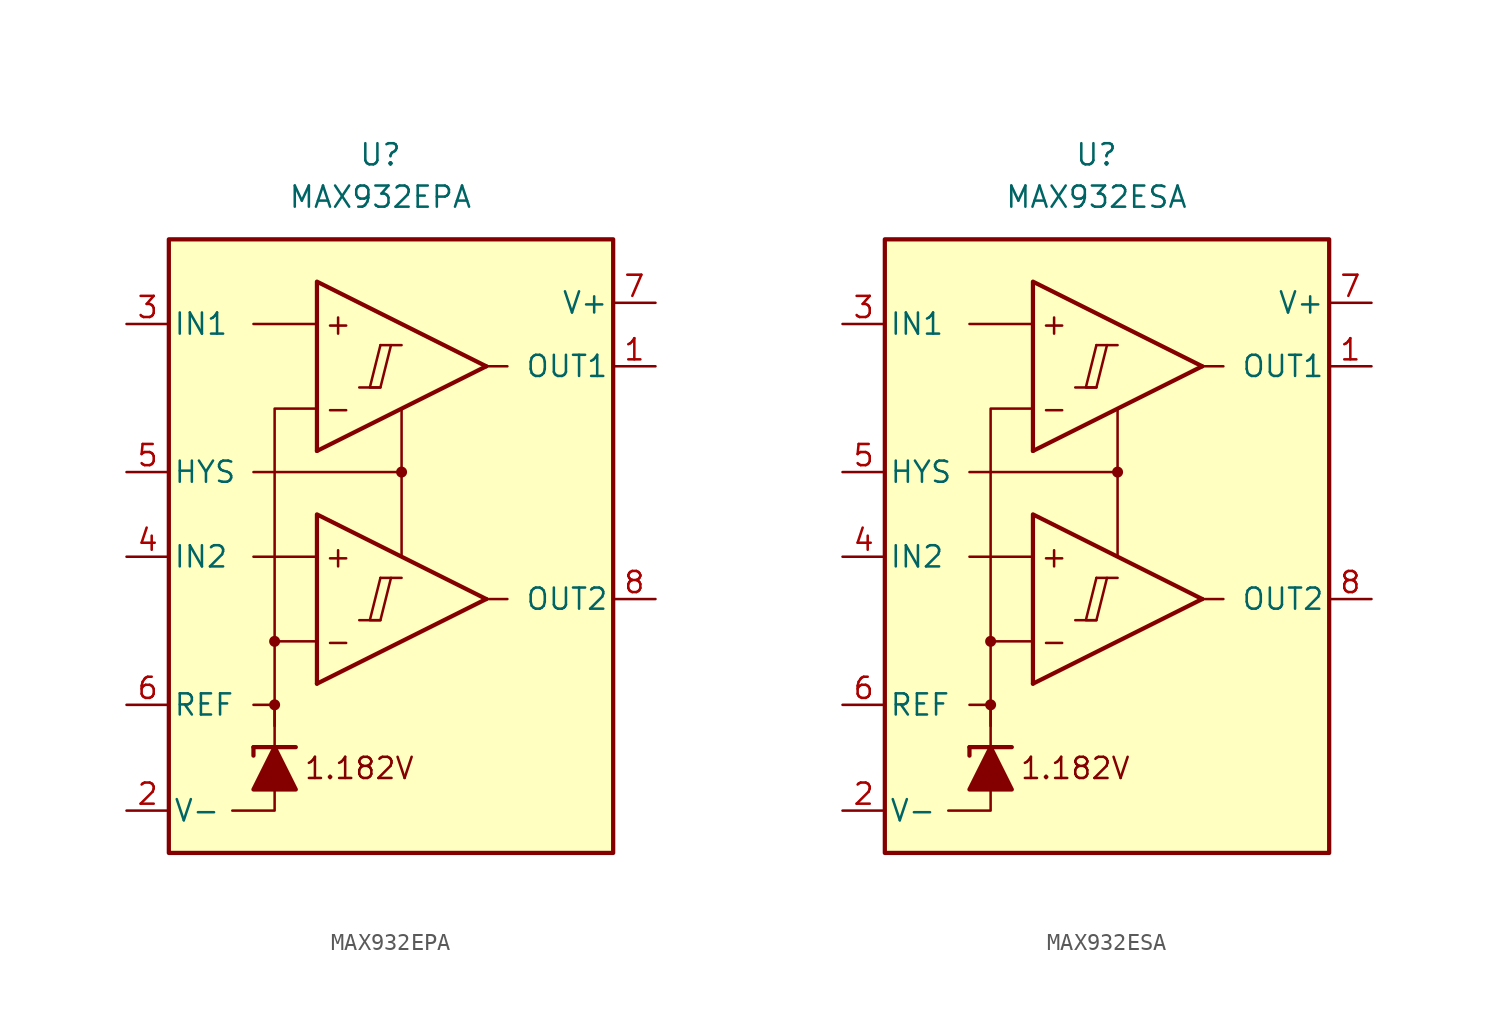
<source format=kicad_sym>
(kicad_symbol_lib
  (version 20231120)
  (generator "kicad_symbol_editor")
  (generator_version "8.0")
  (symbol "MAX932EPA"
    (pin_names
      (offset 0.254))
    (property "Reference" "U"
      (at -1.27 22.86 0)
      (effects (font (size 1.27 1.27))))
    (property "Value" "MAX932EPA"
      (at -1.27 20.32 0)
      (effects (font (size 1.27 1.27))))
    (symbol "MAX932EPA_0_0"
      (rectangle (start -13.97 17.78) (end 12.7 -19.05) (stroke (width 0.254) (type default)) (fill (type background)))
      (circle (center -7.62 -10.16) (radius 0.254) (stroke (width 0.152) (type default)) (fill (type outline)))
      (circle (center -7.62 -6.35) (radius 0.254) (stroke (width 0.152) (type default)) (fill (type outline)))
      (polyline (pts (xy -2.54 -5.08) (xy -1.27 -5.08)) (stroke (width 0.152) (type default)) (fill (type none)))
      (polyline (pts (xy -2.54 8.89) (xy -1.27 8.89)) (stroke (width 0.152) (type default)) (fill (type none)))
      (polyline (pts (xy -1.27 -2.54) (xy 0 -2.54)) (stroke (width 0.152) (type default)) (fill (type none)))
      (polyline (pts (xy -1.27 11.43) (xy 0 11.43)) (stroke (width 0.152) (type default)) (fill (type none)))
      (polyline (pts (xy 5.08 -3.81) (xy -5.08 -8.89)) (stroke (width 0.254) (type default)) (fill (type none)))
      (polyline (pts (xy 5.08 10.16) (xy -5.08 5.08)) (stroke (width 0.254) (type default)) (fill (type none)))
      (polyline (pts (xy 5.08 -3.81) (xy -5.08 1.27) (xy -5.08 -8.89)) (stroke (width 0.254) (type default)) (fill (type background)))
      (polyline (pts (xy 5.08 10.16) (xy -5.08 15.24) (xy -5.08 5.08)) (stroke (width 0.254) (type default)) (fill (type background)))
      (polyline (pts (xy -1.27 -2.54) (xy -1.905 -5.08) (xy -1.27 -5.08) (xy -0.635 -2.54)) (stroke (width 0.152) (type default)) (fill (type none)))
      (polyline (pts (xy -1.27 11.43) (xy -1.905 8.89) (xy -1.27 8.89) (xy -0.635 11.43)) (stroke (width 0.152) (type default)) (fill (type none)))
      (circle (center 0 3.81) (radius 0.254) (stroke (width 0.152) (type default)) (fill (type outline)))
      (text "+" (at -3.81 -1.27 0) (effects (font (size 1.27 1.27))))
      (text "+" (at -3.81 12.7 0) (effects (font (size 1.27 1.27))))
      (text "-" (at -3.81 -6.35 0) (effects (font (size 1.27 1.27))))
      (text "-" (at -3.81 7.62 0) (effects (font (size 1.27 1.27))))
      (text "1.182V" (at -2.54 -13.97 0) (effects (font (size 1.27 1.27)))))
    (symbol "MAX932EPA_0_1"
      (polyline (pts (xy -8.89 -12.7) (xy -8.89 -13.208)) (stroke (width 0.254) (type default)) (fill (type none)))
      (polyline (pts (xy -8.89 -12.7) (xy -6.35 -12.7)) (stroke (width 0.254) (type default)) (fill (type none)))
      (polyline (pts (xy -5.08 -1.27) (xy -8.89 -1.27)) (stroke (width 0) (type default)) (fill (type none)))
      (polyline (pts (xy -5.08 12.7) (xy -8.89 12.7)) (stroke (width 0) (type default)) (fill (type none)))
      (polyline (pts (xy 0 3.81) (xy 0 -1.27)) (stroke (width 0) (type default)) (fill (type none)))
      (polyline (pts (xy 5.08 -3.81) (xy 6.35 -3.81)) (stroke (width 0) (type default)) (fill (type none)))
      (polyline (pts (xy 5.08 10.16) (xy 6.35 10.16)) (stroke (width 0) (type default)) (fill (type none)))
      (polyline (pts (xy -7.62 -15.24) (xy -7.62 -16.51) (xy -10.16 -16.51)) (stroke (width 0) (type default)) (fill (type none)))
      (polyline (pts (xy -7.62 -12.7) (xy -7.62 -10.16) (xy -8.89 -10.16)) (stroke (width 0) (type default)) (fill (type none)))
      (polyline (pts (xy -7.62 -11.43) (xy -7.62 -6.35) (xy -5.08 -6.35)) (stroke (width 0) (type default)) (fill (type none)))
      (polyline (pts (xy -7.62 -6.35) (xy -7.62 7.62) (xy -5.08 7.62)) (stroke (width 0) (type default)) (fill (type none)))
      (polyline (pts (xy 0 7.62) (xy 0 3.81) (xy -8.89 3.81)) (stroke (width 0) (type default)) (fill (type none)))
      (polyline (pts (xy -6.35 -15.24) (xy -8.89 -15.24) (xy -7.62 -12.7) (xy -6.35 -15.24)) (stroke (width 0.254) (type default)) (fill (type outline))))
    (symbol "MAX932EPA_1_1"
      (pin output line (at 15.24 10.16 180) (length 2.54) (name "OUT1" (effects (font (size 1.27 1.27)))) (number "1" (effects (font (size 1.27 1.27)))))
      (pin power_in line (at -16.51 -16.51 0) (length 2.54) (name "V-" (effects (font (size 1.27 1.27)))) (number "2" (effects (font (size 1.27 1.27)))))
      (pin input line (at -16.51 12.7 0) (length 2.54) (name "IN1" (effects (font (size 1.27 1.27)))) (number "3" (effects (font (size 1.27 1.27)))))
      (pin input line (at -16.51 -1.27 0) (length 2.54) (name "IN2" (effects (font (size 1.27 1.27)))) (number "4" (effects (font (size 1.27 1.27)))))
      (pin input line (at -16.51 3.81 0) (length 2.54) (name "HYS" (effects (font (size 1.27 1.27)))) (number "5" (effects (font (size 1.27 1.27)))))
      (pin output line (at -16.51 -10.16 0) (length 2.54) (name "REF" (effects (font (size 1.27 1.27)))) (number "6" (effects (font (size 1.27 1.27)))))
      (pin power_in line (at 15.24 13.97 180) (length 2.54) (name "V+" (effects (font (size 1.27 1.27)))) (number "7" (effects (font (size 1.27 1.27)))))
      (pin output line (at 15.24 -3.81 180) (length 2.54) (name "OUT2" (effects (font (size 1.27 1.27)))) (number "8" (effects (font (size 1.27 1.27)))))))
  (symbol "MAX932ESA"
    (pin_names
      (offset 0.254))
    (property "Reference" "U"
      (at -1.27 22.86 0)
      (effects (font (size 1.27 1.27))))
    (property "Value" "MAX932ESA"
      (at -1.27 20.32 0)
      (effects (font (size 1.27 1.27))))
    (symbol "MAX932ESA_0_0"
      (rectangle (start -13.97 17.78) (end 12.7 -19.05) (stroke (width 0.254) (type default)) (fill (type background)))
      (circle (center -7.62 -10.16) (radius 0.254) (stroke (width 0.152) (type default)) (fill (type outline)))
      (circle (center -7.62 -6.35) (radius 0.254) (stroke (width 0.152) (type default)) (fill (type outline)))
      (polyline (pts (xy -2.54 -5.08) (xy -1.27 -5.08)) (stroke (width 0.152) (type default)) (fill (type none)))
      (polyline (pts (xy -2.54 8.89) (xy -1.27 8.89)) (stroke (width 0.152) (type default)) (fill (type none)))
      (polyline (pts (xy -1.27 -2.54) (xy 0 -2.54)) (stroke (width 0.152) (type default)) (fill (type none)))
      (polyline (pts (xy -1.27 11.43) (xy 0 11.43)) (stroke (width 0.152) (type default)) (fill (type none)))
      (polyline (pts (xy 5.08 -3.81) (xy -5.08 -8.89)) (stroke (width 0.254) (type default)) (fill (type none)))
      (polyline (pts (xy 5.08 10.16) (xy -5.08 5.08)) (stroke (width 0.254) (type default)) (fill (type none)))
      (polyline (pts (xy 5.08 -3.81) (xy -5.08 1.27) (xy -5.08 -8.89)) (stroke (width 0.254) (type default)) (fill (type background)))
      (polyline (pts (xy 5.08 10.16) (xy -5.08 15.24) (xy -5.08 5.08)) (stroke (width 0.254) (type default)) (fill (type background)))
      (polyline (pts (xy -1.27 -2.54) (xy -1.905 -5.08) (xy -1.27 -5.08) (xy -0.635 -2.54)) (stroke (width 0.152) (type default)) (fill (type none)))
      (polyline (pts (xy -1.27 11.43) (xy -1.905 8.89) (xy -1.27 8.89) (xy -0.635 11.43)) (stroke (width 0.152) (type default)) (fill (type none)))
      (circle (center 0 3.81) (radius 0.254) (stroke (width 0.152) (type default)) (fill (type outline)))
      (text "+" (at -3.81 -1.27 0) (effects (font (size 1.27 1.27))))
      (text "+" (at -3.81 12.7 0) (effects (font (size 1.27 1.27))))
      (text "-" (at -3.81 -6.35 0) (effects (font (size 1.27 1.27))))
      (text "-" (at -3.81 7.62 0) (effects (font (size 1.27 1.27))))
      (text "1.182V" (at -2.54 -13.97 0) (effects (font (size 1.27 1.27)))))
    (symbol "MAX932ESA_0_1"
      (polyline (pts (xy -8.89 -12.7) (xy -8.89 -13.208)) (stroke (width 0.254) (type default)) (fill (type none)))
      (polyline (pts (xy -8.89 -12.7) (xy -6.35 -12.7)) (stroke (width 0.254) (type default)) (fill (type none)))
      (polyline (pts (xy -5.08 -1.27) (xy -8.89 -1.27)) (stroke (width 0) (type default)) (fill (type none)))
      (polyline (pts (xy -5.08 12.7) (xy -8.89 12.7)) (stroke (width 0) (type default)) (fill (type none)))
      (polyline (pts (xy 0 3.81) (xy 0 -1.27)) (stroke (width 0) (type default)) (fill (type none)))
      (polyline (pts (xy 5.08 -3.81) (xy 6.35 -3.81)) (stroke (width 0) (type default)) (fill (type none)))
      (polyline (pts (xy 5.08 10.16) (xy 6.35 10.16)) (stroke (width 0) (type default)) (fill (type none)))
      (polyline (pts (xy -7.62 -15.24) (xy -7.62 -16.51) (xy -10.16 -16.51)) (stroke (width 0) (type default)) (fill (type none)))
      (polyline (pts (xy -7.62 -12.7) (xy -7.62 -10.16) (xy -8.89 -10.16)) (stroke (width 0) (type default)) (fill (type none)))
      (polyline (pts (xy -7.62 -11.43) (xy -7.62 -6.35) (xy -5.08 -6.35)) (stroke (width 0) (type default)) (fill (type none)))
      (polyline (pts (xy -7.62 -6.35) (xy -7.62 7.62) (xy -5.08 7.62)) (stroke (width 0) (type default)) (fill (type none)))
      (polyline (pts (xy 0 7.62) (xy 0 3.81) (xy -8.89 3.81)) (stroke (width 0) (type default)) (fill (type none)))
      (polyline (pts (xy -6.35 -15.24) (xy -8.89 -15.24) (xy -7.62 -12.7) (xy -6.35 -15.24)) (stroke (width 0.254) (type default)) (fill (type outline))))
    (symbol "MAX932ESA_1_1"
      (pin output line (at 15.24 10.16 180) (length 2.54) (name "OUT1" (effects (font (size 1.27 1.27)))) (number "1" (effects (font (size 1.27 1.27)))))
      (pin power_in line (at -16.51 -16.51 0) (length 2.54) (name "V-" (effects (font (size 1.27 1.27)))) (number "2" (effects (font (size 1.27 1.27)))))
      (pin input line (at -16.51 12.7 0) (length 2.54) (name "IN1" (effects (font (size 1.27 1.27)))) (number "3" (effects (font (size 1.27 1.27)))))
      (pin input line (at -16.51 -1.27 0) (length 2.54) (name "IN2" (effects (font (size 1.27 1.27)))) (number "4" (effects (font (size 1.27 1.27)))))
      (pin input line (at -16.51 3.81 0) (length 2.54) (name "HYS" (effects (font (size 1.27 1.27)))) (number "5" (effects (font (size 1.27 1.27)))))
      (pin output line (at -16.51 -10.16 0) (length 2.54) (name "REF" (effects (font (size 1.27 1.27)))) (number "6" (effects (font (size 1.27 1.27)))))
      (pin power_in line (at 15.24 13.97 180) (length 2.54) (name "V+" (effects (font (size 1.27 1.27)))) (number "7" (effects (font (size 1.27 1.27)))))
      (pin output line (at 15.24 -3.81 180) (length 2.54) (name "OUT2" (effects (font (size 1.27 1.27)))) (number "8" (effects (font (size 1.27 1.27))))))))
</source>
